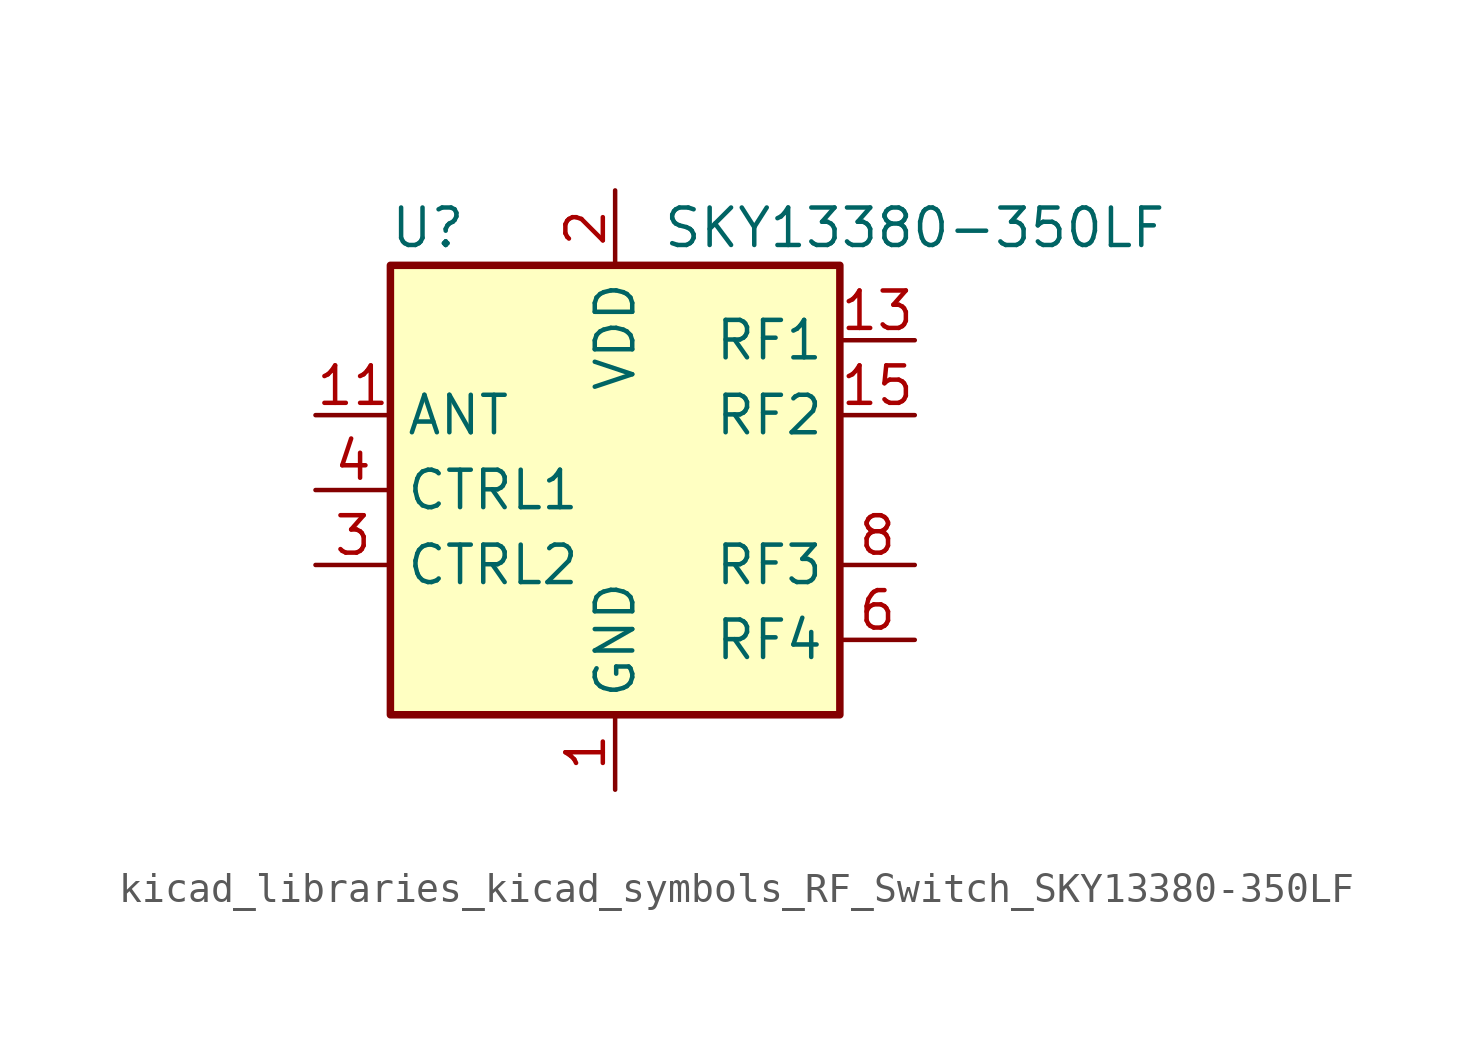
<source format=kicad_sym>
(kicad_symbol_lib
  (version 20220914)
  (generator kicad_symbol_editor)
  (symbol "kicad_libraries_kicad_symbols_RF_Switch_SKY13380-350LF"
    (property "Reference" "U"
      (at -6.35 8.89 0)
      (effects (font (size 1.27 1.27))))
    (property "Value" "SKY13380-350LF"
      (at 10.16 8.89 0)
      (effects (font (size 1.27 1.27))))
    (symbol "kicad_libraries_kicad_symbols_RF_Switch_SKY13380-350LF_0_1"
      (rectangle (start -7.62 7.62) (end 7.62 -7.62) (stroke (width 0.254) (type default)) (fill (type background))))
    (symbol "kicad_libraries_kicad_symbols_RF_Switch_SKY13380-350LF_1_1"
      (pin power_in line (at 0 -10.16 90) (length 2.54) (name "GND" (effects (font (size 1.27 1.27)))) (number "1" (effects (font (size 1.27 1.27)))))
      (pin passive line (at 0 -10.16 90) (length 2.54) hide (name "GND" (effects (font (size 1.27 1.27)))) (number "10" (effects (font (size 1.27 1.27)))))
      (pin passive line (at -10.16 2.54 0) (length 2.54) (name "ANT" (effects (font (size 1.27 1.27)))) (number "11" (effects (font (size 1.27 1.27)))))
      (pin passive line (at 0 -10.16 90) (length 2.54) hide (name "GND" (effects (font (size 1.27 1.27)))) (number "12" (effects (font (size 1.27 1.27)))))
      (pin passive line (at 10.16 5.08 180) (length 2.54) (name "RF1" (effects (font (size 1.27 1.27)))) (number "13" (effects (font (size 1.27 1.27)))))
      (pin passive line (at 0 -10.16 90) (length 2.54) hide (name "GND" (effects (font (size 1.27 1.27)))) (number "14" (effects (font (size 1.27 1.27)))))
      (pin passive line (at 10.16 2.54 180) (length 2.54) (name "RF2" (effects (font (size 1.27 1.27)))) (number "15" (effects (font (size 1.27 1.27)))))
      (pin no_connect line (at 7.62 0 180) (length 2.54) hide (name "NC" (effects (font (size 1.27 1.27)))) (number "16" (effects (font (size 1.27 1.27)))))
      (pin power_in line (at 0 10.16 270) (length 2.54) (name "VDD" (effects (font (size 1.27 1.27)))) (number "2" (effects (font (size 1.27 1.27)))))
      (pin input line (at -10.16 -2.54 0) (length 2.54) (name "CTRL2" (effects (font (size 1.27 1.27)))) (number "3" (effects (font (size 1.27 1.27)))))
      (pin input line (at -10.16 0 0) (length 2.54) (name "CTRL1" (effects (font (size 1.27 1.27)))) (number "4" (effects (font (size 1.27 1.27)))))
      (pin passive line (at 0 -10.16 90) (length 2.54) hide (name "GND" (effects (font (size 1.27 1.27)))) (number "5" (effects (font (size 1.27 1.27)))))
      (pin passive line (at 10.16 -5.08 180) (length 2.54) (name "RF4" (effects (font (size 1.27 1.27)))) (number "6" (effects (font (size 1.27 1.27)))))
      (pin passive line (at 0 -10.16 90) (length 2.54) hide (name "GND" (effects (font (size 1.27 1.27)))) (number "7" (effects (font (size 1.27 1.27)))))
      (pin passive line (at 10.16 -2.54 180) (length 2.54) (name "RF3" (effects (font (size 1.27 1.27)))) (number "8" (effects (font (size 1.27 1.27)))))
      (pin passive line (at 0 -10.16 90) (length 2.54) hide (name "GND" (effects (font (size 1.27 1.27)))) (number "9" (effects (font (size 1.27 1.27))))))))
</source>
